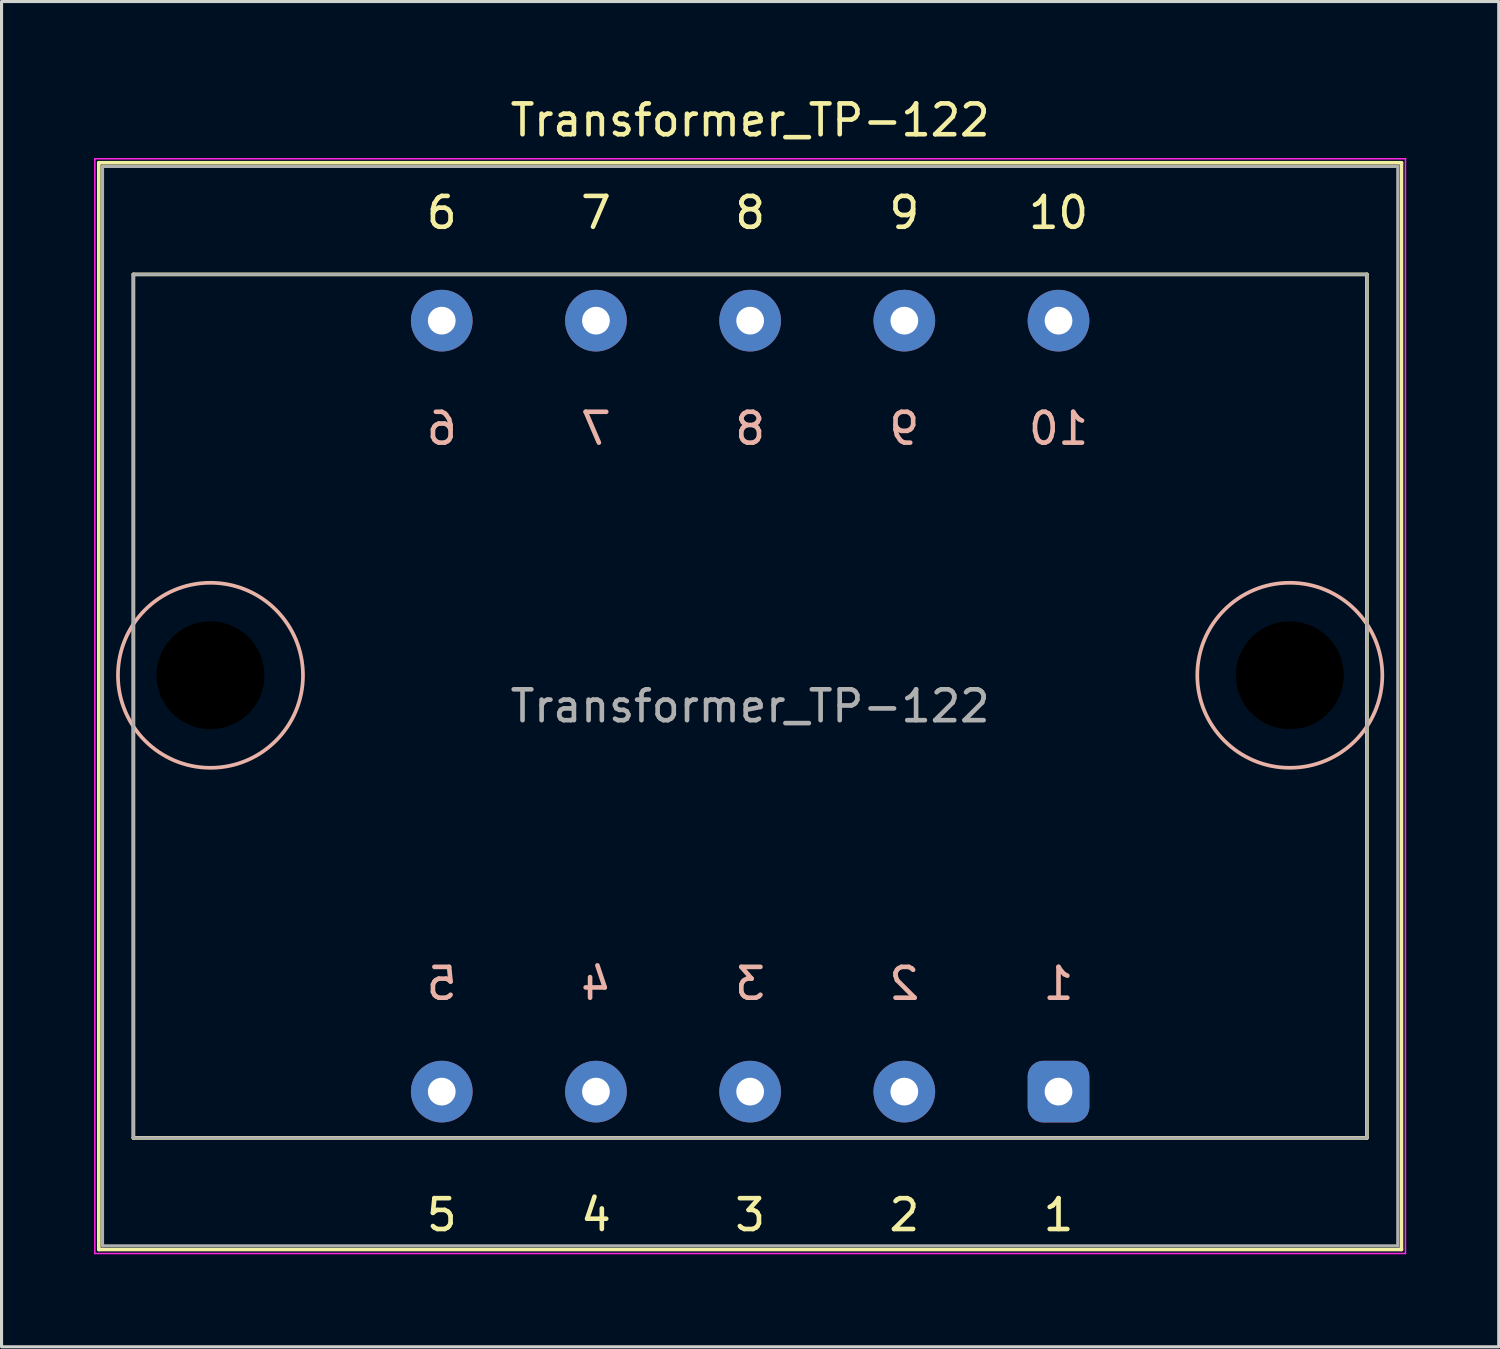
<source format=kicad_pcb>
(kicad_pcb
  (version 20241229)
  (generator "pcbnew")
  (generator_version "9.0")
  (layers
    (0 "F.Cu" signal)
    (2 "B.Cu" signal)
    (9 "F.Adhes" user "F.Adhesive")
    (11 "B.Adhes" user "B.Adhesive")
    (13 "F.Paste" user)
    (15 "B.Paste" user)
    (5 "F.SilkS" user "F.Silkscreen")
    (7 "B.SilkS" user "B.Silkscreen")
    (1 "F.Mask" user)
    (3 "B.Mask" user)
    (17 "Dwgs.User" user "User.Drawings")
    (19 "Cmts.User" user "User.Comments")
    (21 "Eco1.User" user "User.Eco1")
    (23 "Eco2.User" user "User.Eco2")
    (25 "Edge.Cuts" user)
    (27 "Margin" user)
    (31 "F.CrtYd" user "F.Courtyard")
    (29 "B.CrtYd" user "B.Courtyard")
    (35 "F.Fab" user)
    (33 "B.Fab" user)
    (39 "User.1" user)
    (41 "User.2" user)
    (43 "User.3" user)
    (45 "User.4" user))
  (footprint "Transformer_TP-122"
    (layer "F.Cu")
    (at 11.275 32.348)
    (property "Reference" "Transformer_TP-122" (at 10 -31.5 0) (layer "F.SilkS") (effects (font (size 1 1) (thickness 0.15))))
    (attr through_hole)
    (fp_line (start -11.12 -30.12) (end -11.12 5.12) (stroke (width 0.12) (type solid)) (layer "F.SilkS"))
    (fp_line (start -11.12 -30.12) (end 31.12 -30.12) (stroke (width 0.12) (type solid)) (layer "F.SilkS"))
    (fp_line (start -10 -26.5) (end 30 -26.5) (stroke (width 0.12) (type solid)) (layer "F.SilkS"))
    (fp_line (start -10 1.5) (end -10 -26.5) (stroke (width 0.12) (type solid)) (layer "F.SilkS"))
    (fp_line (start 30 -26.5) (end 30 1.5) (stroke (width 0.12) (type solid)) (layer "F.SilkS"))
    (fp_line (start 30 1.5) (end -10 1.5) (stroke (width 0.12) (type solid)) (layer "F.SilkS"))
    (fp_line (start 31.12 5.12) (end -11.12 5.12) (stroke (width 0.12) (type solid)) (layer "F.SilkS"))
    (fp_line (start 31.12 5.12) (end 31.12 -30.12) (stroke (width 0.12) (type solid)) (layer "F.SilkS"))
    (fp_circle (center -7.5 -13.5) (end -7.5 -10.5) (stroke (width 0.12) (type solid)) (fill no) (layer "B.SilkS"))
    (fp_circle (center 27.5 -13.5) (end 27.5 -10.5) (stroke (width 0.12) (type solid)) (fill no) (layer "B.SilkS"))
    (fp_line (start -11.25 -30.25) (end -11.25 5.25) (stroke (width 0.05) (type solid)) (layer "F.CrtYd"))
    (fp_line (start -11.25 -30.25) (end 31.25 -30.25) (stroke (width 0.05) (type solid)) (layer "F.CrtYd"))
    (fp_line (start 31.25 5.25) (end -11.25 5.25) (stroke (width 0.05) (type solid)) (layer "F.CrtYd"))
    (fp_line (start 31.25 5.25) (end 31.25 -30.25) (stroke (width 0.05) (type solid)) (layer "F.CrtYd"))
    (fp_line (start -11 -30) (end 31 -30) (stroke (width 0.1) (type solid)) (layer "F.Fab"))
    (fp_line (start -11 5) (end -11 -30) (stroke (width 0.1) (type solid)) (layer "F.Fab"))
    (fp_line (start -10 -26.5) (end -10 1.5) (stroke (width 0.1) (type solid)) (layer "F.Fab"))
    (fp_line (start -10 1.5) (end 30 1.5) (stroke (width 0.1) (type solid)) (layer "F.Fab"))
    (fp_line (start 30 -26.5) (end -10 -26.5) (stroke (width 0.1) (type solid)) (layer "F.Fab"))
    (fp_line (start 30 1.5) (end 30 -26.5) (stroke (width 0.1) (type solid)) (layer "F.Fab"))
    (fp_line (start 31 -30) (end 31 5) (stroke (width 0.1) (type solid)) (layer "F.Fab"))
    (fp_line (start 31 5) (end -11 5) (stroke (width 0.1) (type solid)) (layer "F.Fab"))
    (fp_text user "8" (at 10 -28.5 0) (layer "F.SilkS") (effects (font (size 1 1) (thickness 0.15))))
    (fp_text user "4" (at 5 4 0) (layer "F.SilkS") (effects (font (size 1 1) (thickness 0.15))))
    (fp_text user "3" (at 10 4 0) (layer "F.SilkS") (effects (font (size 1 1) (thickness 0.15))))
    (fp_text user "5" (at 0 4 0) (layer "F.SilkS") (effects (font (size 1 1) (thickness 0.15))))
    (fp_text user "7" (at 5 -28.5 0) (layer "F.SilkS") (effects (font (size 1 1) (thickness 0.15))))
    (fp_text user "2" (at 15 4 0) (layer "F.SilkS") (effects (font (size 1 1) (thickness 0.15))))
    (fp_text user "10" (at 20 -28.5 0) (layer "F.SilkS") (effects (font (size 1 1) (thickness 0.15))))
    (fp_text user "6" (at 0 -28.5 0) (layer "F.SilkS") (effects (font (size 1 1) (thickness 0.15))))
    (fp_text user "9" (at 15 -28.5 0) (layer "F.SilkS") (effects (font (size 1 1) (thickness 0.15))))
    (fp_text user "1" (at 20 4 0) (layer "F.SilkS") (effects (font (size 1 1) (thickness 0.15))))
    (fp_text user "9" (at 15 -21.5 0) (layer "B.SilkS") (effects (font (size 1 1) (thickness 0.15)) (justify mirror)))
    (fp_text user "5" (at 0 -3.5 0) (layer "B.SilkS") (effects (font (size 1 1) (thickness 0.15)) (justify mirror)))
    (fp_text user "2" (at 15 -3.5 0) (layer "B.SilkS") (effects (font (size 1 1) (thickness 0.15)) (justify mirror)))
    (fp_text user "10" (at 20 -21.5 0) (layer "B.SilkS") (effects (font (size 1 1) (thickness 0.15)) (justify mirror)))
    (fp_text user "1" (at 20 -3.5 0) (layer "B.SilkS") (effects (font (size 1 1) (thickness 0.15)) (justify mirror)))
    (fp_text user "4" (at 5 -3.5 0) (layer "B.SilkS") (effects (font (size 1 1) (thickness 0.15)) (justify mirror)))
    (fp_text user "3" (at 10 -3.5 0) (layer "B.SilkS") (effects (font (size 1 1) (thickness 0.15)) (justify mirror)))
    (fp_text user "7" (at 5 -21.5 0) (layer "B.SilkS") (effects (font (size 1 1) (thickness 0.15)) (justify mirror)))
    (fp_text user "8" (at 10 -21.5 0) (layer "B.SilkS") (effects (font (size 1 1) (thickness 0.15)) (justify mirror)))
    (fp_text user "6" (at 0 -21.5 0) (layer "B.SilkS") (effects (font (size 1 1) (thickness 0.15)) (justify mirror)))
    (fp_text user "${REFERENCE}" (at 10 -12.5 0) (layer "F.Fab") (effects (font (size 1 1) (thickness 0.15))))
    (pad "" np_thru_hole circle (at -7.5 -13.5) (size 3.7 3.7) (drill 3.5) (layers "*.Mask"))
    (pad "" np_thru_hole circle (at 27.5 -13.5) (size 3.7 3.7) (drill 3.5) (layers "*.Mask"))
    (pad "1" thru_hole roundrect (at 20 0) (size 2 2) (drill 0.9) (layers "*.Cu" "*.Mask") (roundrect_rratio 0.25))
    (pad "2" thru_hole circle (at 15 0) (size 2 2) (drill 0.9) (layers "*.Cu" "*.Mask"))
    (pad "3" thru_hole circle (at 10 0) (size 2 2) (drill 0.9) (layers "*.Cu" "*.Mask"))
    (pad "4" thru_hole circle (at 5 0) (size 2 2) (drill 0.9) (layers "*.Cu" "*.Mask"))
    (pad "5" thru_hole circle (at 0 0) (size 2 2) (drill 0.9) (layers "*.Cu" "*.Mask"))
    (pad "6" thru_hole circle (at 0 -25) (size 2 2) (drill 0.9) (layers "*.Cu" "*.Mask"))
    (pad "7" thru_hole circle (at 5 -25) (size 2 2) (drill 0.9) (layers "*.Cu" "*.Mask"))
    (pad "8" thru_hole circle (at 10 -25) (size 2 2) (drill 0.9) (layers "*.Cu" "*.Mask"))
    (pad "9" thru_hole circle (at 15 -25) (size 2 2) (drill 0.9) (layers "*.Cu" "*.Mask"))
    (pad "10" thru_hole circle (at 20 -25) (size 2 2) (drill 0.9) (layers "*.Cu" "*.Mask")))
  (gr_rect
    (start -3 -3)
    (end 45.55 40.623)
    (stroke (width 0.1) (type default))
    (fill no)
    (layer "Edge.Cuts")))
</source>
